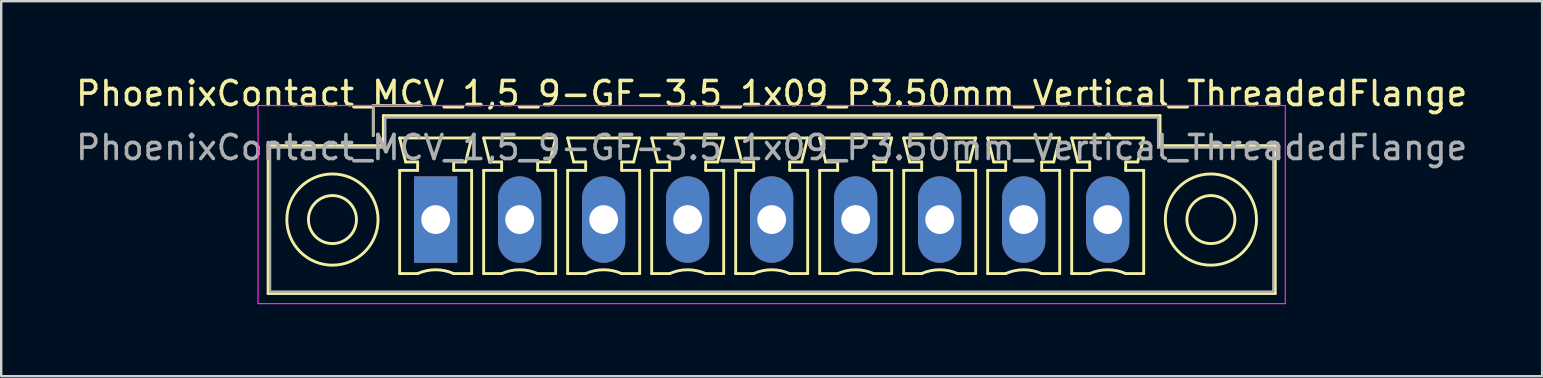
<source format=kicad_pcb>
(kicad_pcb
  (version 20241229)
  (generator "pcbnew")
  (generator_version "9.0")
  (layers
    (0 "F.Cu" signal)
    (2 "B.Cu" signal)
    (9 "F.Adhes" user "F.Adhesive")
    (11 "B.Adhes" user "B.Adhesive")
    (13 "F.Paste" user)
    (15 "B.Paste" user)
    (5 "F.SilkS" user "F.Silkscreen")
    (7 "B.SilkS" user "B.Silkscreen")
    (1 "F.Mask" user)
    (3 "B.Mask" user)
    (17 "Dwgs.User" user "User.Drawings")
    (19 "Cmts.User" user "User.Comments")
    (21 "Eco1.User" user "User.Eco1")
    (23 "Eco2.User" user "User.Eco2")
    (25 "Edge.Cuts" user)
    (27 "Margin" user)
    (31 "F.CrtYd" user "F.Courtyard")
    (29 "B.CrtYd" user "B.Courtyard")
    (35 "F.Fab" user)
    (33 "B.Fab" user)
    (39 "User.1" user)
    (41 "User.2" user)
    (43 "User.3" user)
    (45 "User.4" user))
  (footprint "PhoenixContact_MCV_1,5_9-GF-3.5_1x09_P3.50mm_Vertical_ThreadedFlange"
    (layer "F.Cu")
    (at 15.101 6.098)
    (property "Reference" "PhoenixContact_MCV_1,5_9-GF-3.5_1x09_P3.50mm_Vertical_ThreadedFlange" (at 14 -5.25 0) (layer "F.SilkS") (effects (font (size 1 1) (thickness 0.15))))
    (attr through_hole)
    (fp_line (start -6.98 -3.08) (end -6.98 3.08) (stroke (width 0.12) (type solid)) (layer "F.SilkS"))
    (fp_line (start -6.98 3.08) (end 34.98 3.08) (stroke (width 0.12) (type solid)) (layer "F.SilkS"))
    (fp_line (start -2.6 -4.75) (end -0.6 -4.75) (stroke (width 0.12) (type solid)) (layer "F.SilkS"))
    (fp_line (start -2.6 -3.5) (end -2.6 -4.75) (stroke (width 0.12) (type solid)) (layer "F.SilkS"))
    (fp_line (start -2.18 -4.33) (end -2.18 -3.08) (stroke (width 0.12) (type solid)) (layer "F.SilkS"))
    (fp_line (start -2.18 -3.08) (end -6.98 -3.08) (stroke (width 0.12) (type solid)) (layer "F.SilkS"))
    (fp_line (start -1.5 -3.4) (end 1.5 -3.4) (stroke (width 0.12) (type solid)) (layer "F.SilkS"))
    (fp_line (start -1.5 -2.05) (end -0.75 -2.05) (stroke (width 0.12) (type solid)) (layer "F.SilkS"))
    (fp_line (start -1.5 2.25) (end -1.5 -2.05) (stroke (width 0.12) (type solid)) (layer "F.SilkS"))
    (fp_line (start -1.25 -2.4) (end -1.5 -3.4) (stroke (width 0.12) (type solid)) (layer "F.SilkS"))
    (fp_line (start -0.75 -2.4) (end -1.25 -2.4) (stroke (width 0.12) (type solid)) (layer "F.SilkS"))
    (fp_line (start -0.75 -2.05) (end -0.75 -2.4) (stroke (width 0.12) (type solid)) (layer "F.SilkS"))
    (fp_line (start -0.75 2.25) (end -1.5 2.25) (stroke (width 0.12) (type solid)) (layer "F.SilkS"))
    (fp_line (start 0.75 -2.4) (end 0.75 -2.05) (stroke (width 0.12) (type solid)) (layer "F.SilkS"))
    (fp_line (start 0.75 -2.05) (end 1.5 -2.05) (stroke (width 0.12) (type solid)) (layer "F.SilkS"))
    (fp_line (start 1.25 -2.4) (end 0.75 -2.4) (stroke (width 0.12) (type solid)) (layer "F.SilkS"))
    (fp_line (start 1.5 -3.4) (end 1.25 -2.4) (stroke (width 0.12) (type solid)) (layer "F.SilkS"))
    (fp_line (start 1.5 -2.05) (end 1.5 2.25) (stroke (width 0.12) (type solid)) (layer "F.SilkS"))
    (fp_line (start 1.5 2.25) (end 0.75 2.25) (stroke (width 0.12) (type solid)) (layer "F.SilkS"))
    (fp_line (start 2 -3.4) (end 5 -3.4) (stroke (width 0.12) (type solid)) (layer "F.SilkS"))
    (fp_line (start 2 -2.05) (end 2.75 -2.05) (stroke (width 0.12) (type solid)) (layer "F.SilkS"))
    (fp_line (start 2 2.25) (end 2 -2.05) (stroke (width 0.12) (type solid)) (layer "F.SilkS"))
    (fp_line (start 2.25 -2.4) (end 2 -3.4) (stroke (width 0.12) (type solid)) (layer "F.SilkS"))
    (fp_line (start 2.75 -2.4) (end 2.25 -2.4) (stroke (width 0.12) (type solid)) (layer "F.SilkS"))
    (fp_line (start 2.75 -2.05) (end 2.75 -2.4) (stroke (width 0.12) (type solid)) (layer "F.SilkS"))
    (fp_line (start 2.75 2.25) (end 2 2.25) (stroke (width 0.12) (type solid)) (layer "F.SilkS"))
    (fp_line (start 4.25 -2.4) (end 4.25 -2.05) (stroke (width 0.12) (type solid)) (layer "F.SilkS"))
    (fp_line (start 4.25 -2.05) (end 5 -2.05) (stroke (width 0.12) (type solid)) (layer "F.SilkS"))
    (fp_line (start 4.75 -2.4) (end 4.25 -2.4) (stroke (width 0.12) (type solid)) (layer "F.SilkS"))
    (fp_line (start 5 -3.4) (end 4.75 -2.4) (stroke (width 0.12) (type solid)) (layer "F.SilkS"))
    (fp_line (start 5 -2.05) (end 5 2.25) (stroke (width 0.12) (type solid)) (layer "F.SilkS"))
    (fp_line (start 5 2.25) (end 4.25 2.25) (stroke (width 0.12) (type solid)) (layer "F.SilkS"))
    (fp_line (start 5.5 -3.4) (end 8.5 -3.4) (stroke (width 0.12) (type solid)) (layer "F.SilkS"))
    (fp_line (start 5.5 -2.05) (end 6.25 -2.05) (stroke (width 0.12) (type solid)) (layer "F.SilkS"))
    (fp_line (start 5.5 2.25) (end 5.5 -2.05) (stroke (width 0.12) (type solid)) (layer "F.SilkS"))
    (fp_line (start 5.75 -2.4) (end 5.5 -3.4) (stroke (width 0.12) (type solid)) (layer "F.SilkS"))
    (fp_line (start 6.25 -2.4) (end 5.75 -2.4) (stroke (width 0.12) (type solid)) (layer "F.SilkS"))
    (fp_line (start 6.25 -2.05) (end 6.25 -2.4) (stroke (width 0.12) (type solid)) (layer "F.SilkS"))
    (fp_line (start 6.25 2.25) (end 5.5 2.25) (stroke (width 0.12) (type solid)) (layer "F.SilkS"))
    (fp_line (start 7.75 -2.4) (end 7.75 -2.05) (stroke (width 0.12) (type solid)) (layer "F.SilkS"))
    (fp_line (start 7.75 -2.05) (end 8.5 -2.05) (stroke (width 0.12) (type solid)) (layer "F.SilkS"))
    (fp_line (start 8.25 -2.4) (end 7.75 -2.4) (stroke (width 0.12) (type solid)) (layer "F.SilkS"))
    (fp_line (start 8.5 -3.4) (end 8.25 -2.4) (stroke (width 0.12) (type solid)) (layer "F.SilkS"))
    (fp_line (start 8.5 -2.05) (end 8.5 2.25) (stroke (width 0.12) (type solid)) (layer "F.SilkS"))
    (fp_line (start 8.5 2.25) (end 7.75 2.25) (stroke (width 0.12) (type solid)) (layer "F.SilkS"))
    (fp_line (start 9 -3.4) (end 12 -3.4) (stroke (width 0.12) (type solid)) (layer "F.SilkS"))
    (fp_line (start 9 -2.05) (end 9.75 -2.05) (stroke (width 0.12) (type solid)) (layer "F.SilkS"))
    (fp_line (start 9 2.25) (end 9 -2.05) (stroke (width 0.12) (type solid)) (layer "F.SilkS"))
    (fp_line (start 9.25 -2.4) (end 9 -3.4) (stroke (width 0.12) (type solid)) (layer "F.SilkS"))
    (fp_line (start 9.75 -2.4) (end 9.25 -2.4) (stroke (width 0.12) (type solid)) (layer "F.SilkS"))
    (fp_line (start 9.75 -2.05) (end 9.75 -2.4) (stroke (width 0.12) (type solid)) (layer "F.SilkS"))
    (fp_line (start 9.75 2.25) (end 9 2.25) (stroke (width 0.12) (type solid)) (layer "F.SilkS"))
    (fp_line (start 11.25 -2.4) (end 11.25 -2.05) (stroke (width 0.12) (type solid)) (layer "F.SilkS"))
    (fp_line (start 11.25 -2.05) (end 12 -2.05) (stroke (width 0.12) (type solid)) (layer "F.SilkS"))
    (fp_line (start 11.75 -2.4) (end 11.25 -2.4) (stroke (width 0.12) (type solid)) (layer "F.SilkS"))
    (fp_line (start 12 -3.4) (end 11.75 -2.4) (stroke (width 0.12) (type solid)) (layer "F.SilkS"))
    (fp_line (start 12 -2.05) (end 12 2.25) (stroke (width 0.12) (type solid)) (layer "F.SilkS"))
    (fp_line (start 12 2.25) (end 11.25 2.25) (stroke (width 0.12) (type solid)) (layer "F.SilkS"))
    (fp_line (start 12.5 -3.4) (end 15.5 -3.4) (stroke (width 0.12) (type solid)) (layer "F.SilkS"))
    (fp_line (start 12.5 -2.05) (end 13.25 -2.05) (stroke (width 0.12) (type solid)) (layer "F.SilkS"))
    (fp_line (start 12.5 2.25) (end 12.5 -2.05) (stroke (width 0.12) (type solid)) (layer "F.SilkS"))
    (fp_line (start 12.75 -2.4) (end 12.5 -3.4) (stroke (width 0.12) (type solid)) (layer "F.SilkS"))
    (fp_line (start 13.25 -2.4) (end 12.75 -2.4) (stroke (width 0.12) (type solid)) (layer "F.SilkS"))
    (fp_line (start 13.25 -2.05) (end 13.25 -2.4) (stroke (width 0.12) (type solid)) (layer "F.SilkS"))
    (fp_line (start 13.25 2.25) (end 12.5 2.25) (stroke (width 0.12) (type solid)) (layer "F.SilkS"))
    (fp_line (start 14.75 -2.4) (end 14.75 -2.05) (stroke (width 0.12) (type solid)) (layer "F.SilkS"))
    (fp_line (start 14.75 -2.05) (end 15.5 -2.05) (stroke (width 0.12) (type solid)) (layer "F.SilkS"))
    (fp_line (start 15.25 -2.4) (end 14.75 -2.4) (stroke (width 0.12) (type solid)) (layer "F.SilkS"))
    (fp_line (start 15.5 -3.4) (end 15.25 -2.4) (stroke (width 0.12) (type solid)) (layer "F.SilkS"))
    (fp_line (start 15.5 -2.05) (end 15.5 2.25) (stroke (width 0.12) (type solid)) (layer "F.SilkS"))
    (fp_line (start 15.5 2.25) (end 14.75 2.25) (stroke (width 0.12) (type solid)) (layer "F.SilkS"))
    (fp_line (start 16 -3.4) (end 19 -3.4) (stroke (width 0.12) (type solid)) (layer "F.SilkS"))
    (fp_line (start 16 -2.05) (end 16.75 -2.05) (stroke (width 0.12) (type solid)) (layer "F.SilkS"))
    (fp_line (start 16 2.25) (end 16 -2.05) (stroke (width 0.12) (type solid)) (layer "F.SilkS"))
    (fp_line (start 16.25 -2.4) (end 16 -3.4) (stroke (width 0.12) (type solid)) (layer "F.SilkS"))
    (fp_line (start 16.75 -2.4) (end 16.25 -2.4) (stroke (width 0.12) (type solid)) (layer "F.SilkS"))
    (fp_line (start 16.75 -2.05) (end 16.75 -2.4) (stroke (width 0.12) (type solid)) (layer "F.SilkS"))
    (fp_line (start 16.75 2.25) (end 16 2.25) (stroke (width 0.12) (type solid)) (layer "F.SilkS"))
    (fp_line (start 18.25 -2.4) (end 18.25 -2.05) (stroke (width 0.12) (type solid)) (layer "F.SilkS"))
    (fp_line (start 18.25 -2.05) (end 19 -2.05) (stroke (width 0.12) (type solid)) (layer "F.SilkS"))
    (fp_line (start 18.75 -2.4) (end 18.25 -2.4) (stroke (width 0.12) (type solid)) (layer "F.SilkS"))
    (fp_line (start 19 -3.4) (end 18.75 -2.4) (stroke (width 0.12) (type solid)) (layer "F.SilkS"))
    (fp_line (start 19 -2.05) (end 19 2.25) (stroke (width 0.12) (type solid)) (layer "F.SilkS"))
    (fp_line (start 19 2.25) (end 18.25 2.25) (stroke (width 0.12) (type solid)) (layer "F.SilkS"))
    (fp_line (start 19.5 -3.4) (end 22.5 -3.4) (stroke (width 0.12) (type solid)) (layer "F.SilkS"))
    (fp_line (start 19.5 -2.05) (end 20.25 -2.05) (stroke (width 0.12) (type solid)) (layer "F.SilkS"))
    (fp_line (start 19.5 2.25) (end 19.5 -2.05) (stroke (width 0.12) (type solid)) (layer "F.SilkS"))
    (fp_line (start 19.75 -2.4) (end 19.5 -3.4) (stroke (width 0.12) (type solid)) (layer "F.SilkS"))
    (fp_line (start 20.25 -2.4) (end 19.75 -2.4) (stroke (width 0.12) (type solid)) (layer "F.SilkS"))
    (fp_line (start 20.25 -2.05) (end 20.25 -2.4) (stroke (width 0.12) (type solid)) (layer "F.SilkS"))
    (fp_line (start 20.25 2.25) (end 19.5 2.25) (stroke (width 0.12) (type solid)) (layer "F.SilkS"))
    (fp_line (start 21.75 -2.4) (end 21.75 -2.05) (stroke (width 0.12) (type solid)) (layer "F.SilkS"))
    (fp_line (start 21.75 -2.05) (end 22.5 -2.05) (stroke (width 0.12) (type solid)) (layer "F.SilkS"))
    (fp_line (start 22.25 -2.4) (end 21.75 -2.4) (stroke (width 0.12) (type solid)) (layer "F.SilkS"))
    (fp_line (start 22.5 -3.4) (end 22.25 -2.4) (stroke (width 0.12) (type solid)) (layer "F.SilkS"))
    (fp_line (start 22.5 -2.05) (end 22.5 2.25) (stroke (width 0.12) (type solid)) (layer "F.SilkS"))
    (fp_line (start 22.5 2.25) (end 21.75 2.25) (stroke (width 0.12) (type solid)) (layer "F.SilkS"))
    (fp_line (start 23 -3.4) (end 26 -3.4) (stroke (width 0.12) (type solid)) (layer "F.SilkS"))
    (fp_line (start 23 -2.05) (end 23.75 -2.05) (stroke (width 0.12) (type solid)) (layer "F.SilkS"))
    (fp_line (start 23 2.25) (end 23 -2.05) (stroke (width 0.12) (type solid)) (layer "F.SilkS"))
    (fp_line (start 23.25 -2.4) (end 23 -3.4) (stroke (width 0.12) (type solid)) (layer "F.SilkS"))
    (fp_line (start 23.75 -2.4) (end 23.25 -2.4) (stroke (width 0.12) (type solid)) (layer "F.SilkS"))
    (fp_line (start 23.75 -2.05) (end 23.75 -2.4) (stroke (width 0.12) (type solid)) (layer "F.SilkS"))
    (fp_line (start 23.75 2.25) (end 23 2.25) (stroke (width 0.12) (type solid)) (layer "F.SilkS"))
    (fp_line (start 25.25 -2.4) (end 25.25 -2.05) (stroke (width 0.12) (type solid)) (layer "F.SilkS"))
    (fp_line (start 25.25 -2.05) (end 26 -2.05) (stroke (width 0.12) (type solid)) (layer "F.SilkS"))
    (fp_line (start 25.75 -2.4) (end 25.25 -2.4) (stroke (width 0.12) (type solid)) (layer "F.SilkS"))
    (fp_line (start 26 -3.4) (end 25.75 -2.4) (stroke (width 0.12) (type solid)) (layer "F.SilkS"))
    (fp_line (start 26 -2.05) (end 26 2.25) (stroke (width 0.12) (type solid)) (layer "F.SilkS"))
    (fp_line (start 26 2.25) (end 25.25 2.25) (stroke (width 0.12) (type solid)) (layer "F.SilkS"))
    (fp_line (start 26.5 -3.4) (end 29.5 -3.4) (stroke (width 0.12) (type solid)) (layer "F.SilkS"))
    (fp_line (start 26.5 -2.05) (end 27.25 -2.05) (stroke (width 0.12) (type solid)) (layer "F.SilkS"))
    (fp_line (start 26.5 2.25) (end 26.5 -2.05) (stroke (width 0.12) (type solid)) (layer "F.SilkS"))
    (fp_line (start 26.75 -2.4) (end 26.5 -3.4) (stroke (width 0.12) (type solid)) (layer "F.SilkS"))
    (fp_line (start 27.25 -2.4) (end 26.75 -2.4) (stroke (width 0.12) (type solid)) (layer "F.SilkS"))
    (fp_line (start 27.25 -2.05) (end 27.25 -2.4) (stroke (width 0.12) (type solid)) (layer "F.SilkS"))
    (fp_line (start 27.25 2.25) (end 26.5 2.25) (stroke (width 0.12) (type solid)) (layer "F.SilkS"))
    (fp_line (start 28.75 -2.4) (end 28.75 -2.05) (stroke (width 0.12) (type solid)) (layer "F.SilkS"))
    (fp_line (start 28.75 -2.05) (end 29.5 -2.05) (stroke (width 0.12) (type solid)) (layer "F.SilkS"))
    (fp_line (start 29.25 -2.4) (end 28.75 -2.4) (stroke (width 0.12) (type solid)) (layer "F.SilkS"))
    (fp_line (start 29.5 -3.4) (end 29.25 -2.4) (stroke (width 0.12) (type solid)) (layer "F.SilkS"))
    (fp_line (start 29.5 -2.05) (end 29.5 2.25) (stroke (width 0.12) (type solid)) (layer "F.SilkS"))
    (fp_line (start 29.5 2.25) (end 28.75 2.25) (stroke (width 0.12) (type solid)) (layer "F.SilkS"))
    (fp_line (start 30.18 -4.33) (end -2.18 -4.33) (stroke (width 0.12) (type solid)) (layer "F.SilkS"))
    (fp_line (start 30.18 -3.08) (end 30.18 -4.33) (stroke (width 0.12) (type solid)) (layer "F.SilkS"))
    (fp_line (start 34.98 -3.08) (end 30.18 -3.08) (stroke (width 0.12) (type solid)) (layer "F.SilkS"))
    (fp_line (start 34.98 3.08) (end 34.98 -3.08) (stroke (width 0.12) (type solid)) (layer "F.SilkS"))
    (fp_arc (start -0.75 2.25) (mid -0.000193 2.09191) (end 0.749647 2.249844) (stroke (width 0.12) (type solid)) (layer "F.SilkS"))
    (fp_arc (start 2.75 2.25) (mid 3.499807 2.09191) (end 4.249647 2.249844) (stroke (width 0.12) (type solid)) (layer "F.SilkS"))
    (fp_arc (start 6.25 2.25) (mid 6.999807 2.09191) (end 7.749647 2.249844) (stroke (width 0.12) (type solid)) (layer "F.SilkS"))
    (fp_arc (start 9.75 2.25) (mid 10.499807 2.09191) (end 11.249647 2.249844) (stroke (width 0.12) (type solid)) (layer "F.SilkS"))
    (fp_arc (start 13.25 2.25) (mid 13.999807 2.09191) (end 14.749647 2.249844) (stroke (width 0.12) (type solid)) (layer "F.SilkS"))
    (fp_arc (start 16.75 2.25) (mid 17.499807 2.09191) (end 18.249647 2.249844) (stroke (width 0.12) (type solid)) (layer "F.SilkS"))
    (fp_arc (start 20.25 2.25) (mid 20.999807 2.09191) (end 21.749647 2.249844) (stroke (width 0.12) (type solid)) (layer "F.SilkS"))
    (fp_arc (start 23.75 2.25) (mid 24.499807 2.09191) (end 25.249647 2.249844) (stroke (width 0.12) (type solid)) (layer "F.SilkS"))
    (fp_arc (start 27.25 2.25) (mid 27.999807 2.09191) (end 28.749647 2.249844) (stroke (width 0.12) (type solid)) (layer "F.SilkS"))
    (fp_circle (center -4.3 0) (end -3.3 0) (stroke (width 0.12) (type solid)) (fill no) (layer "F.SilkS"))
    (fp_circle (center -4.3 0) (end -2.4 0) (stroke (width 0.12) (type solid)) (fill no) (layer "F.SilkS"))
    (fp_circle (center 32.3 0) (end 33.3 0) (stroke (width 0.12) (type solid)) (fill no) (layer "F.SilkS"))
    (fp_circle (center 32.3 0) (end 34.2 0) (stroke (width 0.12) (type solid)) (fill no) (layer "F.SilkS"))
    (fp_line (start -7.4 -4.75) (end -7.4 3.5) (stroke (width 0.05) (type solid)) (layer "F.CrtYd"))
    (fp_line (start -7.4 3.5) (end 35.4 3.5) (stroke (width 0.05) (type solid)) (layer "F.CrtYd"))
    (fp_line (start 35.4 -4.75) (end -7.4 -4.75) (stroke (width 0.05) (type solid)) (layer "F.CrtYd"))
    (fp_line (start 35.4 3.5) (end 35.4 -4.75) (stroke (width 0.05) (type solid)) (layer "F.CrtYd"))
    (fp_line (start -6.9 -3) (end -6.9 3) (stroke (width 0.1) (type solid)) (layer "F.Fab"))
    (fp_line (start -6.9 3) (end 34.9 3) (stroke (width 0.1) (type solid)) (layer "F.Fab"))
    (fp_line (start -2.6 -4.75) (end -0.6 -4.75) (stroke (width 0.1) (type solid)) (layer "F.Fab"))
    (fp_line (start -2.6 -3.5) (end -2.6 -4.75) (stroke (width 0.1) (type solid)) (layer "F.Fab"))
    (fp_line (start -2.1 -4.25) (end -2.1 -3) (stroke (width 0.1) (type solid)) (layer "F.Fab"))
    (fp_line (start -2.1 -3) (end -6.9 -3) (stroke (width 0.1) (type solid)) (layer "F.Fab"))
    (fp_line (start 30.1 -4.25) (end -2.1 -4.25) (stroke (width 0.1) (type solid)) (layer "F.Fab"))
    (fp_line (start 30.1 -3) (end 30.1 -4.25) (stroke (width 0.1) (type solid)) (layer "F.Fab"))
    (fp_line (start 34.9 -3) (end 30.1 -3) (stroke (width 0.1) (type solid)) (layer "F.Fab"))
    (fp_line (start 34.9 3) (end 34.9 -3) (stroke (width 0.1) (type solid)) (layer "F.Fab"))
    (fp_text user "${REFERENCE}" (at 14 -3 0) (layer "F.Fab") (effects (font (size 1 1) (thickness 0.15))))
    (pad "1" thru_hole rect (at 0 0) (size 1.8 3.6) (drill 1.2) (layers "*.Cu" "*.Mask"))
    (pad "2" thru_hole oval (at 3.5 0) (size 1.8 3.6) (drill 1.2) (layers "*.Cu" "*.Mask"))
    (pad "3" thru_hole oval (at 7 0) (size 1.8 3.6) (drill 1.2) (layers "*.Cu" "*.Mask"))
    (pad "4" thru_hole oval (at 10.5 0) (size 1.8 3.6) (drill 1.2) (layers "*.Cu" "*.Mask"))
    (pad "5" thru_hole oval (at 14 0) (size 1.8 3.6) (drill 1.2) (layers "*.Cu" "*.Mask"))
    (pad "6" thru_hole oval (at 17.5 0) (size 1.8 3.6) (drill 1.2) (layers "*.Cu" "*.Mask"))
    (pad "7" thru_hole oval (at 21 0) (size 1.8 3.6) (drill 1.2) (layers "*.Cu" "*.Mask"))
    (pad "8" thru_hole oval (at 24.5 0) (size 1.8 3.6) (drill 1.2) (layers "*.Cu" "*.Mask"))
    (pad "9" thru_hole oval (at 28 0) (size 1.8 3.6) (drill 1.2) (layers "*.Cu" "*.Mask")))
  (gr_rect
    (start -3 -3)
    (end 61.202 12.623)
    (stroke (width 0.1) (type default))
    (fill no)
    (layer "Edge.Cuts")))
</source>
